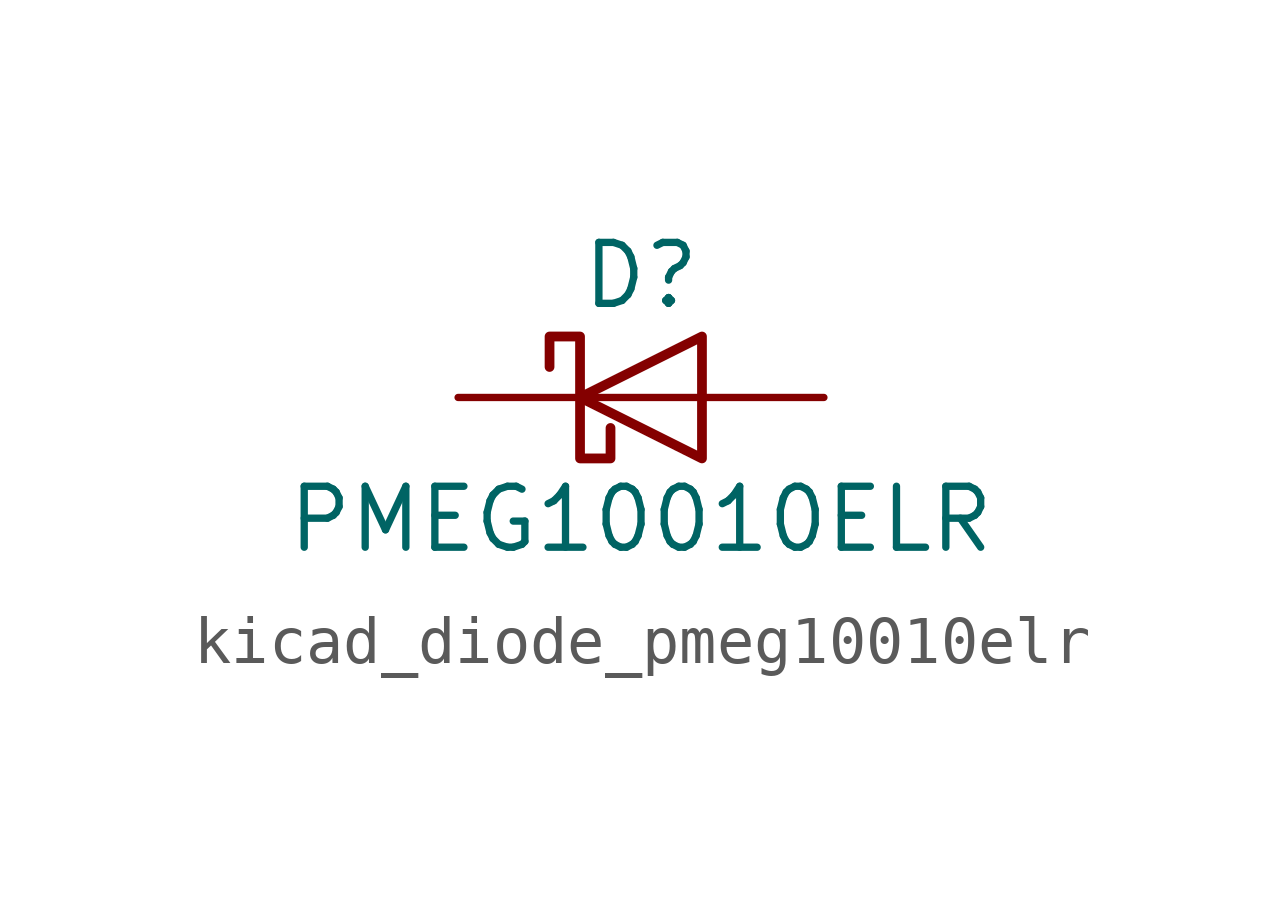
<source format=kicad_sym>
(kicad_symbol_lib
  (version 20220914)
  (generator kicad_symbol_editor)
  (symbol "kicad_diode_pmeg10010elr"
    (pin_numbers hide)
    (pin_names hide)
    (property "Reference" "D"
      (at 0 2.54 0)
      (effects (font (size 1.27 1.27))))
    (property "Value" "PMEG10010ELR"
      (at 0 -2.54 0)
      (effects (font (size 1.27 1.27))))
    (symbol "kicad_diode_pmeg10010elr_0_1"
      (polyline (pts (xy 1.27 0) (xy -1.27 0)) (stroke (width 0) (type default)) (fill (type none)))
      (polyline (pts (xy 1.27 1.27) (xy 1.27 -1.27) (xy -1.27 0) (xy 1.27 1.27)) (stroke (width 0.203) (type default)) (fill (type none)))
      (polyline (pts (xy -1.905 0.635) (xy -1.905 1.27) (xy -1.27 1.27) (xy -1.27 -1.27) (xy -0.635 -1.27) (xy -0.635 -0.635)) (stroke (width 0.203) (type default)) (fill (type none))))
    (symbol "kicad_diode_pmeg10010elr_1_1"
      (pin passive line (at -3.81 0 0) (length 2.54) (name "K" (effects (font (size 1.27 1.27)))) (number "1" (effects (font (size 1.27 1.27)))))
      (pin passive line (at 3.81 0 180) (length 2.54) (name "A" (effects (font (size 1.27 1.27)))) (number "2" (effects (font (size 1.27 1.27))))))))
</source>
